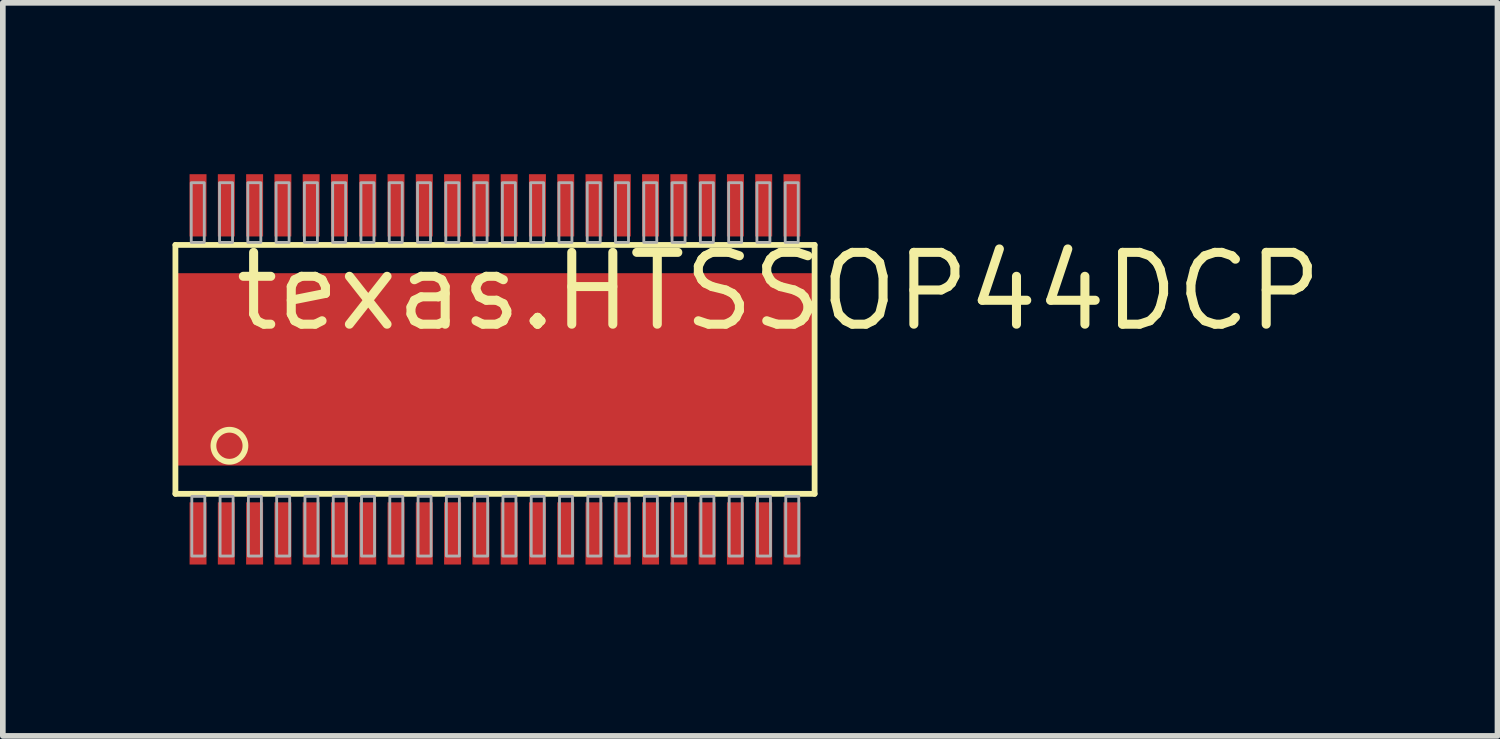
<source format=kicad_pcb>
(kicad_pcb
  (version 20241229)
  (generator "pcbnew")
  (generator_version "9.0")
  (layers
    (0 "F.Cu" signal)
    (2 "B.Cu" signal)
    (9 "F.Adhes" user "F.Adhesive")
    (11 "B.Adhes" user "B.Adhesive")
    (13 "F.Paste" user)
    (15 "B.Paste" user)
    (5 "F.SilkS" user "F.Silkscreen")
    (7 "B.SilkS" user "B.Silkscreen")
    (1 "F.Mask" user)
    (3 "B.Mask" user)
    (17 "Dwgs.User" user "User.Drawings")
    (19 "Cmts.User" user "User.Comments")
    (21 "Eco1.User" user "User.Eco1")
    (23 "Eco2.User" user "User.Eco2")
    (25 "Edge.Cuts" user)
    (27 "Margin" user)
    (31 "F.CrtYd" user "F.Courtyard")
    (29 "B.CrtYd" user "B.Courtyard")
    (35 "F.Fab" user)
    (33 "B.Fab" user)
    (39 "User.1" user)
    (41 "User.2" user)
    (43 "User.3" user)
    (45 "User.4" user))
  (footprint "texas.HTSSOP44DCP"
    (layer "F.Cu")
    (at 5.701 3.48)
    (property "Reference" "texas.HTSSOP44DCP" (at -4.675 -0.635 0) (layer "F.SilkS") (effects (font (size 1.27 1.27) (thickness 0.16)) (justify left bottom)))
    (attr smd)
    (fp_rect (start -5.65 1.7) (end 5.65 -1.7) (stroke (width 0.05) (type default)) (fill yes) (layer "F.Mask"))
    (fp_rect (start -5.405 -2.345) (end -5.095 -3.455) (stroke (width 0.05) (type default)) (fill yes) (layer "F.Mask"))
    (fp_rect (start -5.405 3.455) (end -5.095 2.345) (stroke (width 0.05) (type default)) (fill yes) (layer "F.Mask"))
    (fp_rect (start -4.905 -2.345) (end -4.595 -3.455) (stroke (width 0.05) (type default)) (fill yes) (layer "F.Mask"))
    (fp_rect (start -4.905 3.455) (end -4.595 2.345) (stroke (width 0.05) (type default)) (fill yes) (layer "F.Mask"))
    (fp_rect (start -4.405 -2.345) (end -4.095 -3.455) (stroke (width 0.05) (type default)) (fill yes) (layer "F.Mask"))
    (fp_rect (start -4.405 3.455) (end -4.095 2.345) (stroke (width 0.05) (type default)) (fill yes) (layer "F.Mask"))
    (fp_rect (start -3.905 -2.345) (end -3.595 -3.455) (stroke (width 0.05) (type default)) (fill yes) (layer "F.Mask"))
    (fp_rect (start -3.905 3.455) (end -3.595 2.345) (stroke (width 0.05) (type default)) (fill yes) (layer "F.Mask"))
    (fp_rect (start -3.405 -2.345) (end -3.095 -3.455) (stroke (width 0.05) (type default)) (fill yes) (layer "F.Mask"))
    (fp_rect (start -3.405 3.455) (end -3.095 2.345) (stroke (width 0.05) (type default)) (fill yes) (layer "F.Mask"))
    (fp_rect (start -2.905 -2.345) (end -2.595 -3.455) (stroke (width 0.05) (type default)) (fill yes) (layer "F.Mask"))
    (fp_rect (start -2.905 3.455) (end -2.595 2.345) (stroke (width 0.05) (type default)) (fill yes) (layer "F.Mask"))
    (fp_rect (start -2.405 -2.345) (end -2.095 -3.455) (stroke (width 0.05) (type default)) (fill yes) (layer "F.Mask"))
    (fp_rect (start -2.405 3.455) (end -2.095 2.345) (stroke (width 0.05) (type default)) (fill yes) (layer "F.Mask"))
    (fp_rect (start -1.905 -2.345) (end -1.595 -3.455) (stroke (width 0.05) (type default)) (fill yes) (layer "F.Mask"))
    (fp_rect (start -1.905 3.455) (end -1.595 2.345) (stroke (width 0.05) (type default)) (fill yes) (layer "F.Mask"))
    (fp_rect (start -1.405 -2.345) (end -1.095 -3.455) (stroke (width 0.05) (type default)) (fill yes) (layer "F.Mask"))
    (fp_rect (start -1.405 3.455) (end -1.095 2.345) (stroke (width 0.05) (type default)) (fill yes) (layer "F.Mask"))
    (fp_rect (start -0.905 -2.345) (end -0.595 -3.455) (stroke (width 0.05) (type default)) (fill yes) (layer "F.Mask"))
    (fp_rect (start -0.905 3.455) (end -0.595 2.345) (stroke (width 0.05) (type default)) (fill yes) (layer "F.Mask"))
    (fp_rect (start -0.405 -2.345) (end -0.095 -3.455) (stroke (width 0.05) (type default)) (fill yes) (layer "F.Mask"))
    (fp_rect (start -0.405 3.455) (end -0.095 2.345) (stroke (width 0.05) (type default)) (fill yes) (layer "F.Mask"))
    (fp_rect (start 0.095 -2.345) (end 0.405 -3.455) (stroke (width 0.05) (type default)) (fill yes) (layer "F.Mask"))
    (fp_rect (start 0.095 3.455) (end 0.405 2.345) (stroke (width 0.05) (type default)) (fill yes) (layer "F.Mask"))
    (fp_rect (start 0.595 -2.345) (end 0.905 -3.455) (stroke (width 0.05) (type default)) (fill yes) (layer "F.Mask"))
    (fp_rect (start 0.595 3.455) (end 0.905 2.345) (stroke (width 0.05) (type default)) (fill yes) (layer "F.Mask"))
    (fp_rect (start 1.095 -2.345) (end 1.405 -3.455) (stroke (width 0.05) (type default)) (fill yes) (layer "F.Mask"))
    (fp_rect (start 1.095 3.455) (end 1.405 2.345) (stroke (width 0.05) (type default)) (fill yes) (layer "F.Mask"))
    (fp_rect (start 1.595 -2.345) (end 1.905 -3.455) (stroke (width 0.05) (type default)) (fill yes) (layer "F.Mask"))
    (fp_rect (start 1.595 3.455) (end 1.905 2.345) (stroke (width 0.05) (type default)) (fill yes) (layer "F.Mask"))
    (fp_rect (start 2.095 -2.345) (end 2.405 -3.455) (stroke (width 0.05) (type default)) (fill yes) (layer "F.Mask"))
    (fp_rect (start 2.095 3.455) (end 2.405 2.345) (stroke (width 0.05) (type default)) (fill yes) (layer "F.Mask"))
    (fp_rect (start 2.595 -2.345) (end 2.905 -3.455) (stroke (width 0.05) (type default)) (fill yes) (layer "F.Mask"))
    (fp_rect (start 2.595 3.455) (end 2.905 2.345) (stroke (width 0.05) (type default)) (fill yes) (layer "F.Mask"))
    (fp_rect (start 3.095 -2.345) (end 3.405 -3.455) (stroke (width 0.05) (type default)) (fill yes) (layer "F.Mask"))
    (fp_rect (start 3.095 3.455) (end 3.405 2.345) (stroke (width 0.05) (type default)) (fill yes) (layer "F.Mask"))
    (fp_rect (start 3.595 -2.345) (end 3.905 -3.455) (stroke (width 0.05) (type default)) (fill yes) (layer "F.Mask"))
    (fp_rect (start 3.595 3.455) (end 3.905 2.345) (stroke (width 0.05) (type default)) (fill yes) (layer "F.Mask"))
    (fp_rect (start 4.095 -2.345) (end 4.405 -3.455) (stroke (width 0.05) (type default)) (fill yes) (layer "F.Mask"))
    (fp_rect (start 4.095 3.455) (end 4.405 2.345) (stroke (width 0.05) (type default)) (fill yes) (layer "F.Mask"))
    (fp_rect (start 4.595 -2.345) (end 4.905 -3.455) (stroke (width 0.05) (type default)) (fill yes) (layer "F.Mask"))
    (fp_rect (start 4.595 3.455) (end 4.905 2.345) (stroke (width 0.05) (type default)) (fill yes) (layer "F.Mask"))
    (fp_rect (start 5.095 -2.345) (end 5.405 -3.455) (stroke (width 0.05) (type default)) (fill yes) (layer "F.Mask"))
    (fp_rect (start 5.095 3.455) (end 5.405 2.345) (stroke (width 0.05) (type default)) (fill yes) (layer "F.Mask"))
    (fp_line (start -5.65 -2.2) (end 5.65 -2.2) (stroke (width 0.102) (type default)) (layer "F.SilkS"))
    (fp_line (start -5.65 2.2) (end -5.65 -2.2) (stroke (width 0.102) (type default)) (layer "F.SilkS"))
    (fp_line (start 5.65 -2.2) (end 5.65 2.2) (stroke (width 0.102) (type default)) (layer "F.SilkS"))
    (fp_line (start 5.65 2.2) (end -5.65 2.2) (stroke (width 0.102) (type default)) (layer "F.SilkS"))
    (fp_circle (center -4.695 1.35) (end -4.412 1.35) (stroke (width 0.102) (type default)) (fill no) (layer "F.SilkS"))
    (fp_rect (start -5.39 -2.365) (end -5.11 -3.435) (stroke (width 0.05) (type default)) (fill yes) (layer "F.Paste"))
    (fp_rect (start -5.39 3.435) (end -5.11 2.365) (stroke (width 0.05) (type default)) (fill yes) (layer "F.Paste"))
    (fp_rect (start -4.89 -2.365) (end -4.61 -3.435) (stroke (width 0.05) (type default)) (fill yes) (layer "F.Paste"))
    (fp_rect (start -4.89 3.435) (end -4.61 2.365) (stroke (width 0.05) (type default)) (fill yes) (layer "F.Paste"))
    (fp_rect (start -4.39 -2.365) (end -4.11 -3.435) (stroke (width 0.05) (type default)) (fill yes) (layer "F.Paste"))
    (fp_rect (start -4.39 3.435) (end -4.11 2.365) (stroke (width 0.05) (type default)) (fill yes) (layer "F.Paste"))
    (fp_rect (start -3.89 -2.365) (end -3.61 -3.435) (stroke (width 0.05) (type default)) (fill yes) (layer "F.Paste"))
    (fp_rect (start -3.89 3.435) (end -3.61 2.365) (stroke (width 0.05) (type default)) (fill yes) (layer "F.Paste"))
    (fp_rect (start -3.39 -2.365) (end -3.11 -3.435) (stroke (width 0.05) (type default)) (fill yes) (layer "F.Paste"))
    (fp_rect (start -3.39 3.435) (end -3.11 2.365) (stroke (width 0.05) (type default)) (fill yes) (layer "F.Paste"))
    (fp_rect (start -2.89 -2.365) (end -2.61 -3.435) (stroke (width 0.05) (type default)) (fill yes) (layer "F.Paste"))
    (fp_rect (start -2.89 3.435) (end -2.61 2.365) (stroke (width 0.05) (type default)) (fill yes) (layer "F.Paste"))
    (fp_rect (start -2.39 -2.365) (end -2.11 -3.435) (stroke (width 0.05) (type default)) (fill yes) (layer "F.Paste"))
    (fp_rect (start -2.39 3.435) (end -2.11 2.365) (stroke (width 0.05) (type default)) (fill yes) (layer "F.Paste"))
    (fp_rect (start -1.89 -2.365) (end -1.61 -3.435) (stroke (width 0.05) (type default)) (fill yes) (layer "F.Paste"))
    (fp_rect (start -1.89 3.435) (end -1.61 2.365) (stroke (width 0.05) (type default)) (fill yes) (layer "F.Paste"))
    (fp_rect (start -1.39 -2.365) (end -1.11 -3.435) (stroke (width 0.05) (type default)) (fill yes) (layer "F.Paste"))
    (fp_rect (start -1.39 3.435) (end -1.11 2.365) (stroke (width 0.05) (type default)) (fill yes) (layer "F.Paste"))
    (fp_rect (start -0.89 -2.365) (end -0.61 -3.435) (stroke (width 0.05) (type default)) (fill yes) (layer "F.Paste"))
    (fp_rect (start -0.89 3.435) (end -0.61 2.365) (stroke (width 0.05) (type default)) (fill yes) (layer "F.Paste"))
    (fp_rect (start -0.39 -2.365) (end -0.11 -3.435) (stroke (width 0.05) (type default)) (fill yes) (layer "F.Paste"))
    (fp_rect (start -0.39 3.435) (end -0.11 2.365) (stroke (width 0.05) (type default)) (fill yes) (layer "F.Paste"))
    (fp_rect (start 0.11 -2.365) (end 0.39 -3.435) (stroke (width 0.05) (type default)) (fill yes) (layer "F.Paste"))
    (fp_rect (start 0.11 3.435) (end 0.39 2.365) (stroke (width 0.05) (type default)) (fill yes) (layer "F.Paste"))
    (fp_rect (start 0.61 -2.365) (end 0.89 -3.435) (stroke (width 0.05) (type default)) (fill yes) (layer "F.Paste"))
    (fp_rect (start 0.61 3.435) (end 0.89 2.365) (stroke (width 0.05) (type default)) (fill yes) (layer "F.Paste"))
    (fp_rect (start 1.11 -2.365) (end 1.39 -3.435) (stroke (width 0.05) (type default)) (fill yes) (layer "F.Paste"))
    (fp_rect (start 1.11 3.435) (end 1.39 2.365) (stroke (width 0.05) (type default)) (fill yes) (layer "F.Paste"))
    (fp_rect (start 1.61 -2.365) (end 1.89 -3.435) (stroke (width 0.05) (type default)) (fill yes) (layer "F.Paste"))
    (fp_rect (start 1.61 3.435) (end 1.89 2.365) (stroke (width 0.05) (type default)) (fill yes) (layer "F.Paste"))
    (fp_rect (start 2.11 -2.365) (end 2.39 -3.435) (stroke (width 0.05) (type default)) (fill yes) (layer "F.Paste"))
    (fp_rect (start 2.11 3.435) (end 2.39 2.365) (stroke (width 0.05) (type default)) (fill yes) (layer "F.Paste"))
    (fp_rect (start 2.61 -2.365) (end 2.89 -3.435) (stroke (width 0.05) (type default)) (fill yes) (layer "F.Paste"))
    (fp_rect (start 2.61 3.435) (end 2.89 2.365) (stroke (width 0.05) (type default)) (fill yes) (layer "F.Paste"))
    (fp_rect (start 3.11 -2.365) (end 3.39 -3.435) (stroke (width 0.05) (type default)) (fill yes) (layer "F.Paste"))
    (fp_rect (start 3.11 3.435) (end 3.39 2.365) (stroke (width 0.05) (type default)) (fill yes) (layer "F.Paste"))
    (fp_rect (start 3.61 -2.365) (end 3.89 -3.435) (stroke (width 0.05) (type default)) (fill yes) (layer "F.Paste"))
    (fp_rect (start 3.61 3.435) (end 3.89 2.365) (stroke (width 0.05) (type default)) (fill yes) (layer "F.Paste"))
    (fp_rect (start 4.11 -2.365) (end 4.39 -3.435) (stroke (width 0.05) (type default)) (fill yes) (layer "F.Paste"))
    (fp_rect (start 4.11 3.435) (end 4.39 2.365) (stroke (width 0.05) (type default)) (fill yes) (layer "F.Paste"))
    (fp_rect (start 4.61 -2.365) (end 4.89 -3.435) (stroke (width 0.05) (type default)) (fill yes) (layer "F.Paste"))
    (fp_rect (start 4.61 3.435) (end 4.89 2.365) (stroke (width 0.05) (type default)) (fill yes) (layer "F.Paste"))
    (fp_rect (start 5.11 -2.365) (end 5.39 -3.435) (stroke (width 0.05) (type default)) (fill yes) (layer "F.Paste"))
    (fp_rect (start 5.11 3.435) (end 5.39 2.365) (stroke (width 0.05) (type default)) (fill yes) (layer "F.Paste"))
    (fp_rect (start -5.37 -2.245) (end -5.14 -3.3) (stroke (width 0.05) (type default)) (fill no) (layer "F.Fab"))
    (fp_rect (start -5.36 3.3) (end -5.13 2.245) (stroke (width 0.05) (type default)) (fill no) (layer "F.Fab"))
    (fp_rect (start -4.87 -2.245) (end -4.64 -3.3) (stroke (width 0.05) (type default)) (fill no) (layer "F.Fab"))
    (fp_rect (start -4.86 3.3) (end -4.63 2.245) (stroke (width 0.05) (type default)) (fill no) (layer "F.Fab"))
    (fp_rect (start -4.37 -2.245) (end -4.14 -3.3) (stroke (width 0.05) (type default)) (fill no) (layer "F.Fab"))
    (fp_rect (start -4.36 3.3) (end -4.13 2.245) (stroke (width 0.05) (type default)) (fill no) (layer "F.Fab"))
    (fp_rect (start -3.87 -2.245) (end -3.64 -3.3) (stroke (width 0.05) (type default)) (fill no) (layer "F.Fab"))
    (fp_rect (start -3.86 3.3) (end -3.63 2.245) (stroke (width 0.05) (type default)) (fill no) (layer "F.Fab"))
    (fp_rect (start -3.37 -2.245) (end -3.14 -3.3) (stroke (width 0.05) (type default)) (fill no) (layer "F.Fab"))
    (fp_rect (start -3.36 3.3) (end -3.13 2.245) (stroke (width 0.05) (type default)) (fill no) (layer "F.Fab"))
    (fp_rect (start -2.87 -2.245) (end -2.64 -3.3) (stroke (width 0.05) (type default)) (fill no) (layer "F.Fab"))
    (fp_rect (start -2.86 3.3) (end -2.63 2.245) (stroke (width 0.05) (type default)) (fill no) (layer "F.Fab"))
    (fp_rect (start -2.37 -2.245) (end -2.14 -3.3) (stroke (width 0.05) (type default)) (fill no) (layer "F.Fab"))
    (fp_rect (start -2.36 3.3) (end -2.13 2.245) (stroke (width 0.05) (type default)) (fill no) (layer "F.Fab"))
    (fp_rect (start -1.87 -2.245) (end -1.64 -3.3) (stroke (width 0.05) (type default)) (fill no) (layer "F.Fab"))
    (fp_rect (start -1.86 3.3) (end -1.63 2.245) (stroke (width 0.05) (type default)) (fill no) (layer "F.Fab"))
    (fp_rect (start -1.37 -2.245) (end -1.14 -3.3) (stroke (width 0.05) (type default)) (fill no) (layer "F.Fab"))
    (fp_rect (start -1.36 3.3) (end -1.13 2.245) (stroke (width 0.05) (type default)) (fill no) (layer "F.Fab"))
    (fp_rect (start -0.87 -2.245) (end -0.64 -3.3) (stroke (width 0.05) (type default)) (fill no) (layer "F.Fab"))
    (fp_rect (start -0.86 3.3) (end -0.63 2.245) (stroke (width 0.05) (type default)) (fill no) (layer "F.Fab"))
    (fp_rect (start -0.37 -2.245) (end -0.14 -3.3) (stroke (width 0.05) (type default)) (fill no) (layer "F.Fab"))
    (fp_rect (start -0.36 3.3) (end -0.13 2.245) (stroke (width 0.05) (type default)) (fill no) (layer "F.Fab"))
    (fp_rect (start 0.13 -2.245) (end 0.36 -3.3) (stroke (width 0.05) (type default)) (fill no) (layer "F.Fab"))
    (fp_rect (start 0.14 3.3) (end 0.37 2.245) (stroke (width 0.05) (type default)) (fill no) (layer "F.Fab"))
    (fp_rect (start 0.63 -2.245) (end 0.86 -3.3) (stroke (width 0.05) (type default)) (fill no) (layer "F.Fab"))
    (fp_rect (start 0.64 3.3) (end 0.87 2.245) (stroke (width 0.05) (type default)) (fill no) (layer "F.Fab"))
    (fp_rect (start 1.13 -2.245) (end 1.36 -3.3) (stroke (width 0.05) (type default)) (fill no) (layer "F.Fab"))
    (fp_rect (start 1.14 3.3) (end 1.37 2.245) (stroke (width 0.05) (type default)) (fill no) (layer "F.Fab"))
    (fp_rect (start 1.63 -2.245) (end 1.86 -3.3) (stroke (width 0.05) (type default)) (fill no) (layer "F.Fab"))
    (fp_rect (start 1.64 3.3) (end 1.87 2.245) (stroke (width 0.05) (type default)) (fill no) (layer "F.Fab"))
    (fp_rect (start 2.13 -2.245) (end 2.36 -3.3) (stroke (width 0.05) (type default)) (fill no) (layer "F.Fab"))
    (fp_rect (start 2.14 3.3) (end 2.37 2.245) (stroke (width 0.05) (type default)) (fill no) (layer "F.Fab"))
    (fp_rect (start 2.63 -2.245) (end 2.86 -3.3) (stroke (width 0.05) (type default)) (fill no) (layer "F.Fab"))
    (fp_rect (start 2.64 3.3) (end 2.87 2.245) (stroke (width 0.05) (type default)) (fill no) (layer "F.Fab"))
    (fp_rect (start 3.13 -2.245) (end 3.36 -3.3) (stroke (width 0.05) (type default)) (fill no) (layer "F.Fab"))
    (fp_rect (start 3.14 3.3) (end 3.37 2.245) (stroke (width 0.05) (type default)) (fill no) (layer "F.Fab"))
    (fp_rect (start 3.63 -2.245) (end 3.86 -3.3) (stroke (width 0.05) (type default)) (fill no) (layer "F.Fab"))
    (fp_rect (start 3.64 3.3) (end 3.87 2.245) (stroke (width 0.05) (type default)) (fill no) (layer "F.Fab"))
    (fp_rect (start 4.13 -2.245) (end 4.36 -3.3) (stroke (width 0.05) (type default)) (fill no) (layer "F.Fab"))
    (fp_rect (start 4.14 3.3) (end 4.37 2.245) (stroke (width 0.05) (type default)) (fill no) (layer "F.Fab"))
    (fp_rect (start 4.63 -2.245) (end 4.86 -3.3) (stroke (width 0.05) (type default)) (fill no) (layer "F.Fab"))
    (fp_rect (start 4.64 3.3) (end 4.87 2.245) (stroke (width 0.05) (type default)) (fill no) (layer "F.Fab"))
    (fp_rect (start 5.13 -2.245) (end 5.36 -3.3) (stroke (width 0.05) (type default)) (fill no) (layer "F.Fab"))
    (fp_rect (start 5.14 3.3) (end 5.37 2.245) (stroke (width 0.05) (type default)) (fill no) (layer "F.Fab"))
    (pad "1" smd roundrect (at -5.25 2.9) (size 0.3 1.1) (layers "F.Cu" "F.Mask" "F.Paste") (roundrect_rratio 0.01))
    (pad "2" smd roundrect (at -4.75 2.9) (size 0.3 1.1) (layers "F.Cu" "F.Mask" "F.Paste") (roundrect_rratio 0.01))
    (pad "3" smd roundrect (at -4.25 2.9) (size 0.3 1.1) (layers "F.Cu" "F.Mask" "F.Paste") (roundrect_rratio 0.01))
    (pad "4" smd roundrect (at -3.75 2.9) (size 0.3 1.1) (layers "F.Cu" "F.Mask" "F.Paste") (roundrect_rratio 0.01))
    (pad "5" smd roundrect (at -3.25 2.9) (size 0.3 1.1) (layers "F.Cu" "F.Mask" "F.Paste") (roundrect_rratio 0.01))
    (pad "6" smd roundrect (at -2.75 2.9) (size 0.3 1.1) (layers "F.Cu" "F.Mask" "F.Paste") (roundrect_rratio 0.01))
    (pad "7" smd roundrect (at -2.25 2.9) (size 0.3 1.1) (layers "F.Cu" "F.Mask" "F.Paste") (roundrect_rratio 0.01))
    (pad "8" smd roundrect (at -1.75 2.9) (size 0.3 1.1) (layers "F.Cu" "F.Mask" "F.Paste") (roundrect_rratio 0.01))
    (pad "9" smd roundrect (at -1.25 2.9) (size 0.3 1.1) (layers "F.Cu" "F.Mask" "F.Paste") (roundrect_rratio 0.01))
    (pad "10" smd roundrect (at -0.75 2.9) (size 0.3 1.1) (layers "F.Cu" "F.Mask" "F.Paste") (roundrect_rratio 0.01))
    (pad "11" smd roundrect (at -0.25 2.9) (size 0.3 1.1) (layers "F.Cu" "F.Mask" "F.Paste") (roundrect_rratio 0.01))
    (pad "12" smd roundrect (at 0.25 2.9) (size 0.3 1.1) (layers "F.Cu" "F.Mask" "F.Paste") (roundrect_rratio 0.01))
    (pad "13" smd roundrect (at 0.75 2.9) (size 0.3 1.1) (layers "F.Cu" "F.Mask" "F.Paste") (roundrect_rratio 0.01))
    (pad "14" smd roundrect (at 1.25 2.9) (size 0.3 1.1) (layers "F.Cu" "F.Mask" "F.Paste") (roundrect_rratio 0.01))
    (pad "15" smd roundrect (at 1.75 2.9) (size 0.3 1.1) (layers "F.Cu" "F.Mask" "F.Paste") (roundrect_rratio 0.01))
    (pad "16" smd roundrect (at 2.25 2.9) (size 0.3 1.1) (layers "F.Cu" "F.Mask" "F.Paste") (roundrect_rratio 0.01))
    (pad "17" smd roundrect (at 2.75 2.9) (size 0.3 1.1) (layers "F.Cu" "F.Mask" "F.Paste") (roundrect_rratio 0.01))
    (pad "18" smd roundrect (at 3.25 2.9) (size 0.3 1.1) (layers "F.Cu" "F.Mask" "F.Paste") (roundrect_rratio 0.01))
    (pad "19" smd roundrect (at 3.75 2.9) (size 0.3 1.1) (layers "F.Cu" "F.Mask" "F.Paste") (roundrect_rratio 0.01))
    (pad "20" smd roundrect (at 4.25 2.9) (size 0.3 1.1) (layers "F.Cu" "F.Mask" "F.Paste") (roundrect_rratio 0.01))
    (pad "21" smd roundrect (at 4.75 2.9) (size 0.3 1.1) (layers "F.Cu" "F.Mask" "F.Paste") (roundrect_rratio 0.01))
    (pad "22" smd roundrect (at 5.25 2.9) (size 0.3 1.1) (layers "F.Cu" "F.Mask" "F.Paste") (roundrect_rratio 0.01))
    (pad "23" smd roundrect (at 5.25 -2.9 180) (size 0.3 1.1) (layers "F.Cu" "F.Mask" "F.Paste") (roundrect_rratio 0.01))
    (pad "24" smd roundrect (at 4.75 -2.9 180) (size 0.3 1.1) (layers "F.Cu" "F.Mask" "F.Paste") (roundrect_rratio 0.01))
    (pad "25" smd roundrect (at 4.25 -2.9 180) (size 0.3 1.1) (layers "F.Cu" "F.Mask" "F.Paste") (roundrect_rratio 0.01))
    (pad "26" smd roundrect (at 3.75 -2.9 180) (size 0.3 1.1) (layers "F.Cu" "F.Mask" "F.Paste") (roundrect_rratio 0.01))
    (pad "27" smd roundrect (at 3.25 -2.9 180) (size 0.3 1.1) (layers "F.Cu" "F.Mask" "F.Paste") (roundrect_rratio 0.01))
    (pad "28" smd roundrect (at 2.75 -2.9 180) (size 0.3 1.1) (layers "F.Cu" "F.Mask" "F.Paste") (roundrect_rratio 0.01))
    (pad "29" smd roundrect (at 2.25 -2.9 180) (size 0.3 1.1) (layers "F.Cu" "F.Mask" "F.Paste") (roundrect_rratio 0.01))
    (pad "30" smd roundrect (at 1.75 -2.9 180) (size 0.3 1.1) (layers "F.Cu" "F.Mask" "F.Paste") (roundrect_rratio 0.01))
    (pad "31" smd roundrect (at 1.25 -2.9 180) (size 0.3 1.1) (layers "F.Cu" "F.Mask" "F.Paste") (roundrect_rratio 0.01))
    (pad "32" smd roundrect (at 0.75 -2.9 180) (size 0.3 1.1) (layers "F.Cu" "F.Mask" "F.Paste") (roundrect_rratio 0.01))
    (pad "33" smd roundrect (at 0.25 -2.9 180) (size 0.3 1.1) (layers "F.Cu" "F.Mask" "F.Paste") (roundrect_rratio 0.01))
    (pad "34" smd roundrect (at -0.25 -2.9 180) (size 0.3 1.1) (layers "F.Cu" "F.Mask" "F.Paste") (roundrect_rratio 0.01))
    (pad "35" smd roundrect (at -0.75 -2.9 180) (size 0.3 1.1) (layers "F.Cu" "F.Mask" "F.Paste") (roundrect_rratio 0.01))
    (pad "36" smd roundrect (at -1.25 -2.9 180) (size 0.3 1.1) (layers "F.Cu" "F.Mask" "F.Paste") (roundrect_rratio 0.01))
    (pad "37" smd roundrect (at -1.75 -2.9 180) (size 0.3 1.1) (layers "F.Cu" "F.Mask" "F.Paste") (roundrect_rratio 0.01))
    (pad "38" smd roundrect (at -2.25 -2.9 180) (size 0.3 1.1) (layers "F.Cu" "F.Mask" "F.Paste") (roundrect_rratio 0.01))
    (pad "39" smd roundrect (at -2.75 -2.9 180) (size 0.3 1.1) (layers "F.Cu" "F.Mask" "F.Paste") (roundrect_rratio 0.01))
    (pad "40" smd roundrect (at -3.25 -2.9 180) (size 0.3 1.1) (layers "F.Cu" "F.Mask" "F.Paste") (roundrect_rratio 0.01))
    (pad "41" smd roundrect (at -3.75 -2.9 180) (size 0.3 1.1) (layers "F.Cu" "F.Mask" "F.Paste") (roundrect_rratio 0.01))
    (pad "42" smd roundrect (at -4.25 -2.9 180) (size 0.3 1.1) (layers "F.Cu" "F.Mask" "F.Paste") (roundrect_rratio 0.01))
    (pad "43" smd roundrect (at -4.75 -2.9 180) (size 0.3 1.1) (layers "F.Cu" "F.Mask" "F.Paste") (roundrect_rratio 0.01))
    (pad "44" smd roundrect (at -5.25 -2.9 180) (size 0.3 1.1) (layers "F.Cu" "F.Mask" "F.Paste") (roundrect_rratio 0.01))
    (pad "EXP" smd roundrect (at 0 0) (size 11.3 3.4) (layers "F.Cu" "F.Mask" "F.Paste") (roundrect_rratio 0.01)))
  (gr_rect
    (start -3 -3)
    (end 23.423 9.96)
    (stroke (width 0.1) (type default))
    (fill no)
    (layer "Edge.Cuts")))
</source>
